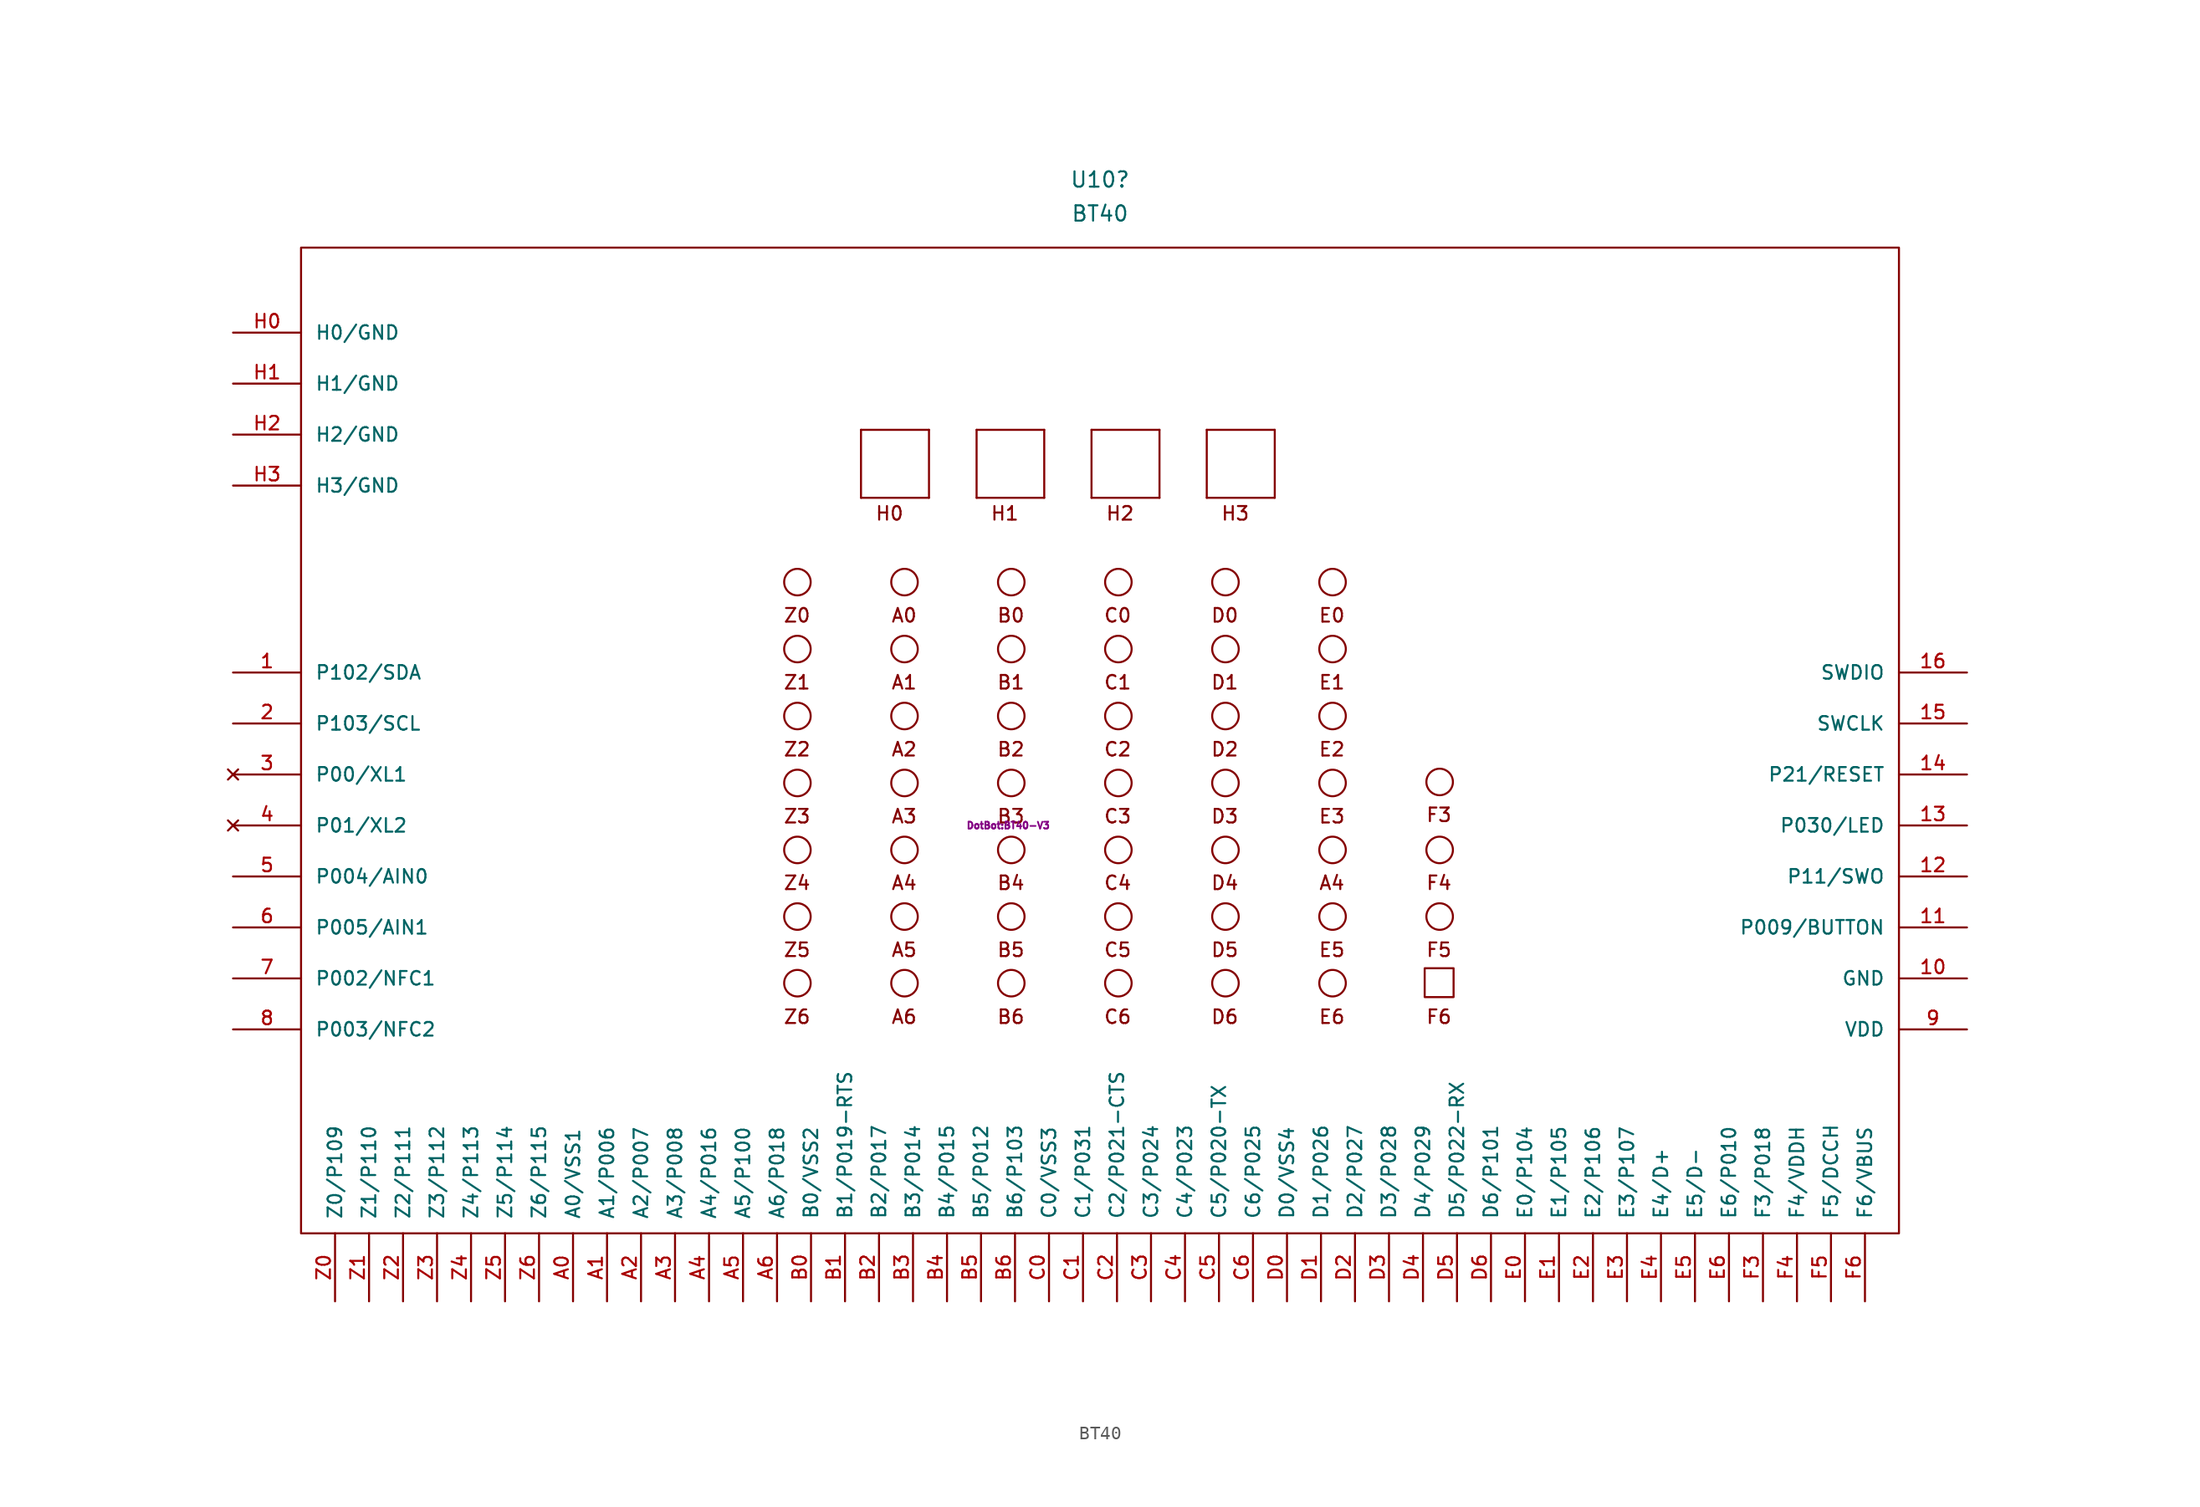
<source format=kicad_sym>
(kicad_symbol_lib
  (version 20220914)
  (generator kicad_symbol_editor)
  (symbol "BT40"
    (pin_names
      (offset 1.016))
    (property "Reference" "U10"
      (at 2.54 52.07 0)
      (effects (font (size 1.143 1.143))))
    (property "Value" "BT40"
      (at 2.54 49.53 0)
      (effects (font (size 1.143 1.143))))
    (property "Footprint" "DotBot:BT40-V3"
      (at -4.318 3.81 0)
      (effects (font (size 0.508 0.508))))
    (symbol "BT40_0_1"
      (rectangle (start -57.15 46.99) (end 62.23 -26.67) (stroke (width 0) (type solid)) (fill (type none))))
    (symbol "BT40_1_0"
      (polyline (pts (xy -15.316 28.296) (xy -15.316 33.376)) (stroke (width 0) (type solid)) (fill (type none)))
      (polyline (pts (xy -15.316 33.376) (xy -10.236 33.376)) (stroke (width 0) (type solid)) (fill (type none)))
      (polyline (pts (xy -10.236 28.296) (xy -15.316 28.296)) (stroke (width 0) (type solid)) (fill (type none)))
      (polyline (pts (xy -10.236 33.376) (xy -10.236 28.296)) (stroke (width 0) (type solid)) (fill (type none)))
      (polyline (pts (xy -6.68 28.296) (xy -6.68 33.376)) (stroke (width 0) (type solid)) (fill (type none)))
      (polyline (pts (xy -6.68 33.376) (xy -1.626 33.376)) (stroke (width 0) (type solid)) (fill (type none)))
      (polyline (pts (xy -1.626 28.296) (xy -6.68 28.296)) (stroke (width 0) (type solid)) (fill (type none)))
      (polyline (pts (xy -1.626 33.376) (xy -1.626 28.296)) (stroke (width 0) (type solid)) (fill (type none)))
      (polyline (pts (xy 1.905 28.296) (xy 1.905 33.376)) (stroke (width 0) (type solid)) (fill (type none)))
      (polyline (pts (xy 1.905 33.376) (xy 6.985 33.376)) (stroke (width 0) (type solid)) (fill (type none)))
      (polyline (pts (xy 6.985 28.296) (xy 1.905 28.296)) (stroke (width 0) (type solid)) (fill (type none)))
      (polyline (pts (xy 6.985 33.376) (xy 6.985 28.296)) (stroke (width 0) (type solid)) (fill (type none)))
      (polyline (pts (xy 10.516 28.296) (xy 10.516 33.376)) (stroke (width 0) (type solid)) (fill (type none)))
      (polyline (pts (xy 10.516 33.376) (xy 15.596 33.376)) (stroke (width 0) (type solid)) (fill (type none)))
      (polyline (pts (xy 15.596 28.296) (xy 10.516 28.296)) (stroke (width 0) (type solid)) (fill (type none)))
      (polyline (pts (xy 15.596 33.376) (xy 15.596 28.296)) (stroke (width 0) (type solid)) (fill (type none)))
      (text "A0" (at -12.09 19.507 0) (effects (font (size 1.016 1.016))))
      (text "A1" (at -12.09 14.503 0) (effects (font (size 1.016 1.016))))
      (text "A2" (at -12.09 9.5 0) (effects (font (size 1.016 1.016))))
      (text "A3" (at -12.09 4.496 0) (effects (font (size 1.016 1.016))))
      (text "A4" (at -12.09 -0.483 0) (effects (font (size 1.016 1.016))))
      (text "A4" (at 19.863 -0.483 0) (effects (font (size 1.016 1.016))))
      (text "A5" (at -12.09 -5.486 0) (effects (font (size 1.016 1.016))))
      (text "A6" (at -12.09 -10.49 0) (effects (font (size 1.016 1.016))))
      (text "B0" (at -4.115 19.507 0) (effects (font (size 1.016 1.016))))
      (text "B1" (at -4.115 14.503 0) (effects (font (size 1.016 1.016))))
      (text "B2" (at -4.115 9.5 0) (effects (font (size 1.016 1.016))))
      (text "B3" (at -4.115 4.496 0) (effects (font (size 1.016 1.016))))
      (text "B4" (at -4.115 -0.483 0) (effects (font (size 1.016 1.016))))
      (text "B5" (at -4.115 -5.486 0) (effects (font (size 1.016 1.016))))
      (text "B6" (at -4.115 -10.49 0) (effects (font (size 1.016 1.016))))
      (text "C0" (at 3.861 19.507 0) (effects (font (size 1.016 1.016))))
      (text "C1" (at 3.861 14.503 0) (effects (font (size 1.016 1.016))))
      (text "C2" (at 3.861 9.5 0) (effects (font (size 1.016 1.016))))
      (text "C3" (at 3.861 4.496 0) (effects (font (size 1.016 1.016))))
      (text "C4" (at 3.861 -0.483 0) (effects (font (size 1.016 1.016))))
      (text "C5" (at 3.861 -5.486 0) (effects (font (size 1.016 1.016))))
      (text "C6" (at 3.861 -10.49 0) (effects (font (size 1.016 1.016))))
      (text "D0" (at 11.862 19.507 0) (effects (font (size 1.016 1.016))))
      (text "D1" (at 11.862 14.503 0) (effects (font (size 1.016 1.016))))
      (text "D2" (at 11.862 9.5 0) (effects (font (size 1.016 1.016))))
      (text "D3" (at 11.862 4.496 0) (effects (font (size 1.016 1.016))))
      (text "D4" (at 11.862 -0.483 0) (effects (font (size 1.016 1.016))))
      (text "D5" (at 11.862 -5.486 0) (effects (font (size 1.016 1.016))))
      (text "D6" (at 11.862 -10.49 0) (effects (font (size 1.016 1.016))))
      (text "E0" (at 19.863 19.507 0) (effects (font (size 1.016 1.016))))
      (text "E1" (at 19.863 14.503 0) (effects (font (size 1.016 1.016))))
      (text "E2" (at 19.863 9.5 0) (effects (font (size 1.016 1.016))))
      (text "E3" (at 19.863 4.496 0) (effects (font (size 1.016 1.016))))
      (text "E5" (at 19.863 -5.486 0) (effects (font (size 1.016 1.016))))
      (text "E6" (at 19.863 -10.49 0) (effects (font (size 1.016 1.016))))
      (text "F4" (at 27.864 -0.483 0) (effects (font (size 1.016 1.016))))
      (text "F5" (at 27.864 -5.486 0) (effects (font (size 1.016 1.016))))
      (text "F6" (at 27.864 -10.49 0) (effects (font (size 1.016 1.016))))
      (text "H0" (at -13.183 27.127 0) (effects (font (size 1.016 1.016))))
      (text "H1" (at -4.572 27.127 0) (effects (font (size 1.016 1.016))))
      (text "H2" (at 4.039 27.127 0) (effects (font (size 1.016 1.016))))
      (text "H3" (at 12.649 27.127 0) (effects (font (size 1.016 1.016))))
      (text "Z0" (at -20.091 19.507 0) (effects (font (size 1.016 1.016))))
      (text "Z1" (at -20.091 14.503 0) (effects (font (size 1.016 1.016))))
      (text "Z2" (at -20.091 9.5 0) (effects (font (size 1.016 1.016))))
      (text "Z3" (at -20.091 4.496 0) (effects (font (size 1.016 1.016))))
      (text "Z4" (at -20.091 -0.483 0) (effects (font (size 1.016 1.016))))
      (text "Z5" (at -20.091 -5.486 0) (effects (font (size 1.016 1.016))))
      (text "Z6" (at -20.091 -10.49 0) (effects (font (size 1.016 1.016)))))
    (symbol "BT40_1_1"
      (circle (center -20.066 -7.976) (radius 0.991) (stroke (width 0) (type solid)) (fill (type none)))
      (circle (center -20.066 -2.997) (radius 0.991) (stroke (width 0) (type solid)) (fill (type none)))
      (circle (center -20.066 1.981) (radius 0.991) (stroke (width 0) (type solid)) (fill (type none)))
      (circle (center -20.066 6.985) (radius 0.991) (stroke (width 0) (type solid)) (fill (type none)))
      (circle (center -20.066 11.989) (radius 0.991) (stroke (width 0) (type solid)) (fill (type none)))
      (circle (center -20.066 16.993) (radius 0.991) (stroke (width 0) (type solid)) (fill (type none)))
      (circle (center -20.066 21.996) (radius 0.991) (stroke (width 0) (type solid)) (fill (type none)))
      (circle (center -12.065 -7.976) (radius 0.991) (stroke (width 0) (type solid)) (fill (type none)))
      (circle (center -12.065 -2.997) (radius 0.991) (stroke (width 0) (type solid)) (fill (type none)))
      (circle (center -12.065 1.981) (radius 0.991) (stroke (width 0) (type solid)) (fill (type none)))
      (circle (center -12.065 6.985) (radius 0.991) (stroke (width 0) (type solid)) (fill (type none)))
      (circle (center -12.065 11.989) (radius 0.991) (stroke (width 0) (type solid)) (fill (type none)))
      (circle (center -12.065 16.993) (radius 0.991) (stroke (width 0) (type solid)) (fill (type none)))
      (circle (center -12.065 21.996) (radius 0.991) (stroke (width 0) (type solid)) (fill (type none)))
      (circle (center -4.089 -7.976) (radius 0.991) (stroke (width 0) (type solid)) (fill (type none)))
      (circle (center -4.089 -2.997) (radius 0.991) (stroke (width 0) (type solid)) (fill (type none)))
      (circle (center -4.089 1.981) (radius 0.991) (stroke (width 0) (type solid)) (fill (type none)))
      (circle (center -4.089 6.985) (radius 0.991) (stroke (width 0) (type solid)) (fill (type none)))
      (circle (center -4.089 11.989) (radius 0.991) (stroke (width 0) (type solid)) (fill (type none)))
      (circle (center -4.089 16.993) (radius 0.991) (stroke (width 0) (type solid)) (fill (type none)))
      (circle (center -4.089 21.996) (radius 0.991) (stroke (width 0) (type solid)) (fill (type none)))
      (circle (center 3.912 -7.976) (radius 0.991) (stroke (width 0) (type solid)) (fill (type none)))
      (circle (center 3.912 -2.997) (radius 0.991) (stroke (width 0) (type solid)) (fill (type none)))
      (circle (center 3.912 1.981) (radius 0.991) (stroke (width 0) (type solid)) (fill (type none)))
      (circle (center 3.912 6.985) (radius 0.991) (stroke (width 0) (type solid)) (fill (type none)))
      (circle (center 3.912 11.989) (radius 0.991) (stroke (width 0) (type solid)) (fill (type none)))
      (circle (center 3.912 16.993) (radius 0.991) (stroke (width 0) (type solid)) (fill (type none)))
      (circle (center 3.912 21.996) (radius 0.991) (stroke (width 0) (type solid)) (fill (type none)))
      (circle (center 11.913 -7.976) (radius 0.991) (stroke (width 0) (type solid)) (fill (type none)))
      (circle (center 11.913 -2.997) (radius 0.991) (stroke (width 0) (type solid)) (fill (type none)))
      (circle (center 11.913 1.981) (radius 0.991) (stroke (width 0) (type solid)) (fill (type none)))
      (circle (center 11.913 6.985) (radius 0.991) (stroke (width 0) (type solid)) (fill (type none)))
      (circle (center 11.913 11.989) (radius 0.991) (stroke (width 0) (type solid)) (fill (type none)))
      (circle (center 11.913 16.993) (radius 0.991) (stroke (width 0) (type solid)) (fill (type none)))
      (circle (center 11.913 21.996) (radius 0.991) (stroke (width 0) (type solid)) (fill (type none)))
      (circle (center 19.914 -7.976) (radius 0.991) (stroke (width 0) (type solid)) (fill (type none)))
      (circle (center 19.914 -2.997) (radius 0.991) (stroke (width 0) (type solid)) (fill (type none)))
      (circle (center 19.914 1.981) (radius 0.991) (stroke (width 0) (type solid)) (fill (type none)))
      (circle (center 19.914 6.985) (radius 0.991) (stroke (width 0) (type solid)) (fill (type none)))
      (circle (center 19.914 11.989) (radius 0.991) (stroke (width 0) (type solid)) (fill (type none)))
      (circle (center 19.914 16.993) (radius 0.991) (stroke (width 0) (type solid)) (fill (type none)))
      (circle (center 19.914 21.996) (radius 0.991) (stroke (width 0) (type solid)) (fill (type none)))
      (rectangle (start 26.797 -6.858) (end 28.956 -9.017) (stroke (width 0) (type solid)) (fill (type none)))
      (circle (center 27.915 -2.997) (radius 0.991) (stroke (width 0) (type solid)) (fill (type none)))
      (circle (center 27.915 1.981) (radius 0.991) (stroke (width 0) (type solid)) (fill (type none)))
      (circle (center 27.915 7.061) (radius 0.991) (stroke (width 0) (type solid)) (fill (type none)))
      (text "F3" (at 27.864 4.597 0) (effects (font (size 1.016 1.016))))
      (pin bidirectional line (at -62.23 15.24 0) (length 5.08) (name "P102/SDA" (effects (font (size 1.016 1.016)))) (number "1" (effects (font (size 1.016 1.016)))))
      (pin bidirectional line (at 67.31 -7.62 180) (length 5.08) (name "GND" (effects (font (size 1.016 1.016)))) (number "10" (effects (font (size 1.016 1.016)))))
      (pin bidirectional line (at 67.31 -3.81 180) (length 5.08) (name "P009/BUTTON" (effects (font (size 1.016 1.016)))) (number "11" (effects (font (size 1.016 1.016)))))
      (pin bidirectional line (at 67.31 0 180) (length 5.08) (name "P11/SWO" (effects (font (size 1.016 1.016)))) (number "12" (effects (font (size 1.016 1.016)))))
      (pin bidirectional line (at 67.31 3.81 180) (length 5.08) (name "P030/LED" (effects (font (size 1.016 1.016)))) (number "13" (effects (font (size 1.016 1.016)))))
      (pin bidirectional line (at 67.31 7.62 180) (length 5.08) (name "P21/RESET" (effects (font (size 1.016 1.016)))) (number "14" (effects (font (size 1.016 1.016)))))
      (pin bidirectional line (at 67.31 11.43 180) (length 5.08) (name "SWCLK" (effects (font (size 1.016 1.016)))) (number "15" (effects (font (size 1.016 1.016)))))
      (pin bidirectional line (at 67.31 15.24 180) (length 5.08) (name "SWDIO" (effects (font (size 1.016 1.016)))) (number "16" (effects (font (size 1.016 1.016)))))
      (pin bidirectional line (at -62.23 11.43 0) (length 5.08) (name "P103/SCL" (effects (font (size 1.016 1.016)))) (number "2" (effects (font (size 1.016 1.016)))))
      (pin no_connect line (at -62.23 7.62 0) (length 5.08) (name "P00/XL1" (effects (font (size 1.016 1.016)))) (number "3" (effects (font (size 1.016 1.016)))))
      (pin no_connect line (at -62.23 3.81 0) (length 5.08) (name "P01/XL2" (effects (font (size 1.016 1.016)))) (number "4" (effects (font (size 1.016 1.016)))))
      (pin bidirectional line (at -62.23 0 0) (length 5.08) (name "P004/AIN0" (effects (font (size 1.016 1.016)))) (number "5" (effects (font (size 1.016 1.016)))))
      (pin bidirectional line (at -62.23 -3.81 0) (length 5.08) (name "P005/AIN1" (effects (font (size 1.016 1.016)))) (number "6" (effects (font (size 1.016 1.016)))))
      (pin bidirectional line (at -62.23 -7.62 0) (length 5.08) (name "P002/NFC1" (effects (font (size 1.016 1.016)))) (number "7" (effects (font (size 1.016 1.016)))))
      (pin bidirectional line (at -62.23 -11.43 0) (length 5.08) (name "P003/NFC2" (effects (font (size 1.016 1.016)))) (number "8" (effects (font (size 1.016 1.016)))))
      (pin bidirectional line (at 67.31 -11.43 180) (length 5.08) (name "VDD" (effects (font (size 1.016 1.016)))) (number "9" (effects (font (size 1.016 1.016)))))
      (pin bidirectional line (at -36.83 -31.75 90) (length 5.08) (name "A0/VSS1" (effects (font (size 1.016 1.016)))) (number "A0" (effects (font (size 1.016 1.016)))))
      (pin bidirectional line (at -34.29 -31.75 90) (length 5.08) (name "A1/P006" (effects (font (size 1.016 1.016)))) (number "A1" (effects (font (size 1.016 1.016)))))
      (pin bidirectional line (at -31.75 -31.75 90) (length 5.08) (name "A2/P007" (effects (font (size 1.016 1.016)))) (number "A2" (effects (font (size 1.016 1.016)))))
      (pin bidirectional line (at -29.21 -31.75 90) (length 5.08) (name "A3/P008" (effects (font (size 1.016 1.016)))) (number "A3" (effects (font (size 1.016 1.016)))))
      (pin bidirectional line (at -26.67 -31.75 90) (length 5.08) (name "A4/P016" (effects (font (size 1.016 1.016)))) (number "A4" (effects (font (size 1.016 1.016)))))
      (pin bidirectional line (at -24.13 -31.75 90) (length 5.08) (name "A5/P100" (effects (font (size 1.016 1.016)))) (number "A5" (effects (font (size 1.016 1.016)))))
      (pin bidirectional line (at -21.59 -31.75 90) (length 5.08) (name "A6/P018" (effects (font (size 1.016 1.016)))) (number "A6" (effects (font (size 1.016 1.016)))))
      (pin bidirectional line (at -19.05 -31.75 90) (length 5.08) (name "B0/VSS2" (effects (font (size 1.016 1.016)))) (number "B0" (effects (font (size 1.016 1.016)))))
      (pin bidirectional line (at -16.51 -31.75 90) (length 5.08) (name "B1/P019-RTS" (effects (font (size 1.016 1.016)))) (number "B1" (effects (font (size 1.016 1.016)))))
      (pin bidirectional line (at -13.97 -31.75 90) (length 5.08) (name "B2/P017" (effects (font (size 1.016 1.016)))) (number "B2" (effects (font (size 1.016 1.016)))))
      (pin bidirectional line (at -11.43 -31.75 90) (length 5.08) (name "B3/P014" (effects (font (size 1.016 1.016)))) (number "B3" (effects (font (size 1.016 1.016)))))
      (pin bidirectional line (at -8.89 -31.75 90) (length 5.08) (name "B4/P015" (effects (font (size 1.016 1.016)))) (number "B4" (effects (font (size 1.016 1.016)))))
      (pin bidirectional line (at -6.35 -31.75 90) (length 5.08) (name "B5/P012" (effects (font (size 1.016 1.016)))) (number "B5" (effects (font (size 1.016 1.016)))))
      (pin bidirectional line (at -3.81 -31.75 90) (length 5.08) (name "B6/P103" (effects (font (size 1.016 1.016)))) (number "B6" (effects (font (size 1.016 1.016)))))
      (pin bidirectional line (at -1.27 -31.75 90) (length 5.08) (name "C0/VSS3" (effects (font (size 1.016 1.016)))) (number "C0" (effects (font (size 1.016 1.016)))))
      (pin bidirectional line (at 1.27 -31.75 90) (length 5.08) (name "C1/P031" (effects (font (size 1.016 1.016)))) (number "C1" (effects (font (size 1.016 1.016)))))
      (pin bidirectional line (at 3.81 -31.75 90) (length 5.08) (name "C2/P021-CTS" (effects (font (size 1.016 1.016)))) (number "C2" (effects (font (size 1.016 1.016)))))
      (pin bidirectional line (at 6.35 -31.75 90) (length 5.08) (name "C3/P024" (effects (font (size 1.016 1.016)))) (number "C3" (effects (font (size 1.016 1.016)))))
      (pin bidirectional line (at 8.89 -31.75 90) (length 5.08) (name "C4/P023" (effects (font (size 1.016 1.016)))) (number "C4" (effects (font (size 1.016 1.016)))))
      (pin bidirectional line (at 11.43 -31.75 90) (length 5.08) (name "C5/P020-TX" (effects (font (size 1.016 1.016)))) (number "C5" (effects (font (size 1.016 1.016)))))
      (pin bidirectional line (at 13.97 -31.75 90) (length 5.08) (name "C6/P025" (effects (font (size 1.016 1.016)))) (number "C6" (effects (font (size 1.016 1.016)))))
      (pin bidirectional line (at 16.51 -31.75 90) (length 5.08) (name "D0/VSS4" (effects (font (size 1.016 1.016)))) (number "D0" (effects (font (size 1.016 1.016)))))
      (pin bidirectional line (at 19.05 -31.75 90) (length 5.08) (name "D1/P026" (effects (font (size 1.016 1.016)))) (number "D1" (effects (font (size 1.016 1.016)))))
      (pin bidirectional line (at 21.59 -31.75 90) (length 5.08) (name "D2/P027" (effects (font (size 1.016 1.016)))) (number "D2" (effects (font (size 1.016 1.016)))))
      (pin bidirectional line (at 24.13 -31.75 90) (length 5.08) (name "D3/P028" (effects (font (size 1.016 1.016)))) (number "D3" (effects (font (size 1.016 1.016)))))
      (pin bidirectional line (at 26.67 -31.75 90) (length 5.08) (name "D4/P029" (effects (font (size 1.016 1.016)))) (number "D4" (effects (font (size 1.016 1.016)))))
      (pin bidirectional line (at 29.21 -31.75 90) (length 5.08) (name "D5/P022-RX" (effects (font (size 1.016 1.016)))) (number "D5" (effects (font (size 1.016 1.016)))))
      (pin bidirectional line (at 31.75 -31.75 90) (length 5.08) (name "D6/P101" (effects (font (size 1.016 1.016)))) (number "D6" (effects (font (size 1.016 1.016)))))
      (pin bidirectional line (at 34.29 -31.75 90) (length 5.08) (name "E0/P104" (effects (font (size 1.016 1.016)))) (number "E0" (effects (font (size 1.016 1.016)))))
      (pin bidirectional line (at 36.83 -31.75 90) (length 5.08) (name "E1/P105" (effects (font (size 1.016 1.016)))) (number "E1" (effects (font (size 1.016 1.016)))))
      (pin bidirectional line (at 39.37 -31.75 90) (length 5.08) (name "E2/P106" (effects (font (size 1.016 1.016)))) (number "E2" (effects (font (size 1.016 1.016)))))
      (pin bidirectional line (at 41.91 -31.75 90) (length 5.08) (name "E3/P107" (effects (font (size 1.016 1.016)))) (number "E3" (effects (font (size 1.016 1.016)))))
      (pin bidirectional line (at 44.45 -31.75 90) (length 5.08) (name "E4/D+" (effects (font (size 1.016 1.016)))) (number "E4" (effects (font (size 1.016 1.016)))))
      (pin bidirectional line (at 46.99 -31.75 90) (length 5.08) (name "E5/D-" (effects (font (size 1.016 1.016)))) (number "E5" (effects (font (size 1.016 1.016)))))
      (pin bidirectional line (at 49.53 -31.75 90) (length 5.08) (name "E6/P010" (effects (font (size 1.016 1.016)))) (number "E6" (effects (font (size 1.016 1.016)))))
      (pin bidirectional line (at 52.07 -31.75 90) (length 5.08) (name "F3/P018" (effects (font (size 1.016 1.016)))) (number "F3" (effects (font (size 1.016 1.016)))))
      (pin bidirectional line (at 54.61 -31.75 90) (length 5.08) (name "F4/VDDH" (effects (font (size 1.016 1.016)))) (number "F4" (effects (font (size 1.016 1.016)))))
      (pin bidirectional line (at 57.15 -31.75 90) (length 5.08) (name "F5/DCCH" (effects (font (size 1.016 1.016)))) (number "F5" (effects (font (size 1.016 1.016)))))
      (pin bidirectional line (at 59.69 -31.75 90) (length 5.08) (name "F6/VBUS" (effects (font (size 1.016 1.016)))) (number "F6" (effects (font (size 1.016 1.016)))))
      (pin bidirectional line (at -62.23 40.64 0) (length 5.08) (name "H0/GND" (effects (font (size 1.016 1.016)))) (number "H0" (effects (font (size 1.016 1.016)))))
      (pin bidirectional line (at -62.23 36.83 0) (length 5.08) (name "H1/GND" (effects (font (size 1.016 1.016)))) (number "H1" (effects (font (size 1.016 1.016)))))
      (pin bidirectional line (at -62.23 33.02 0) (length 5.08) (name "H2/GND" (effects (font (size 1.016 1.016)))) (number "H2" (effects (font (size 1.016 1.016)))))
      (pin bidirectional line (at -62.23 29.21 0) (length 5.08) (name "H3/GND" (effects (font (size 1.016 1.016)))) (number "H3" (effects (font (size 1.016 1.016)))))
      (pin bidirectional line (at -54.61 -31.75 90) (length 5.08) (name "Z0/P109" (effects (font (size 1.016 1.016)))) (number "Z0" (effects (font (size 1.016 1.016)))))
      (pin bidirectional line (at -52.07 -31.75 90) (length 5.08) (name "Z1/P110" (effects (font (size 1.016 1.016)))) (number "Z1" (effects (font (size 1.016 1.016)))))
      (pin bidirectional line (at -49.53 -31.75 90) (length 5.08) (name "Z2/P111" (effects (font (size 1.016 1.016)))) (number "Z2" (effects (font (size 1.016 1.016)))))
      (pin bidirectional line (at -46.99 -31.75 90) (length 5.08) (name "Z3/P112" (effects (font (size 1.016 1.016)))) (number "Z3" (effects (font (size 1.016 1.016)))))
      (pin bidirectional line (at -44.45 -31.75 90) (length 5.08) (name "Z4/P113" (effects (font (size 1.016 1.016)))) (number "Z4" (effects (font (size 1.016 1.016)))))
      (pin bidirectional line (at -41.91 -31.75 90) (length 5.08) (name "Z5/P114" (effects (font (size 1.016 1.016)))) (number "Z5" (effects (font (size 1.016 1.016)))))
      (pin bidirectional line (at -39.37 -31.75 90) (length 5.08) (name "Z6/P115" (effects (font (size 1.016 1.016)))) (number "Z6" (effects (font (size 1.016 1.016))))))))
</source>
